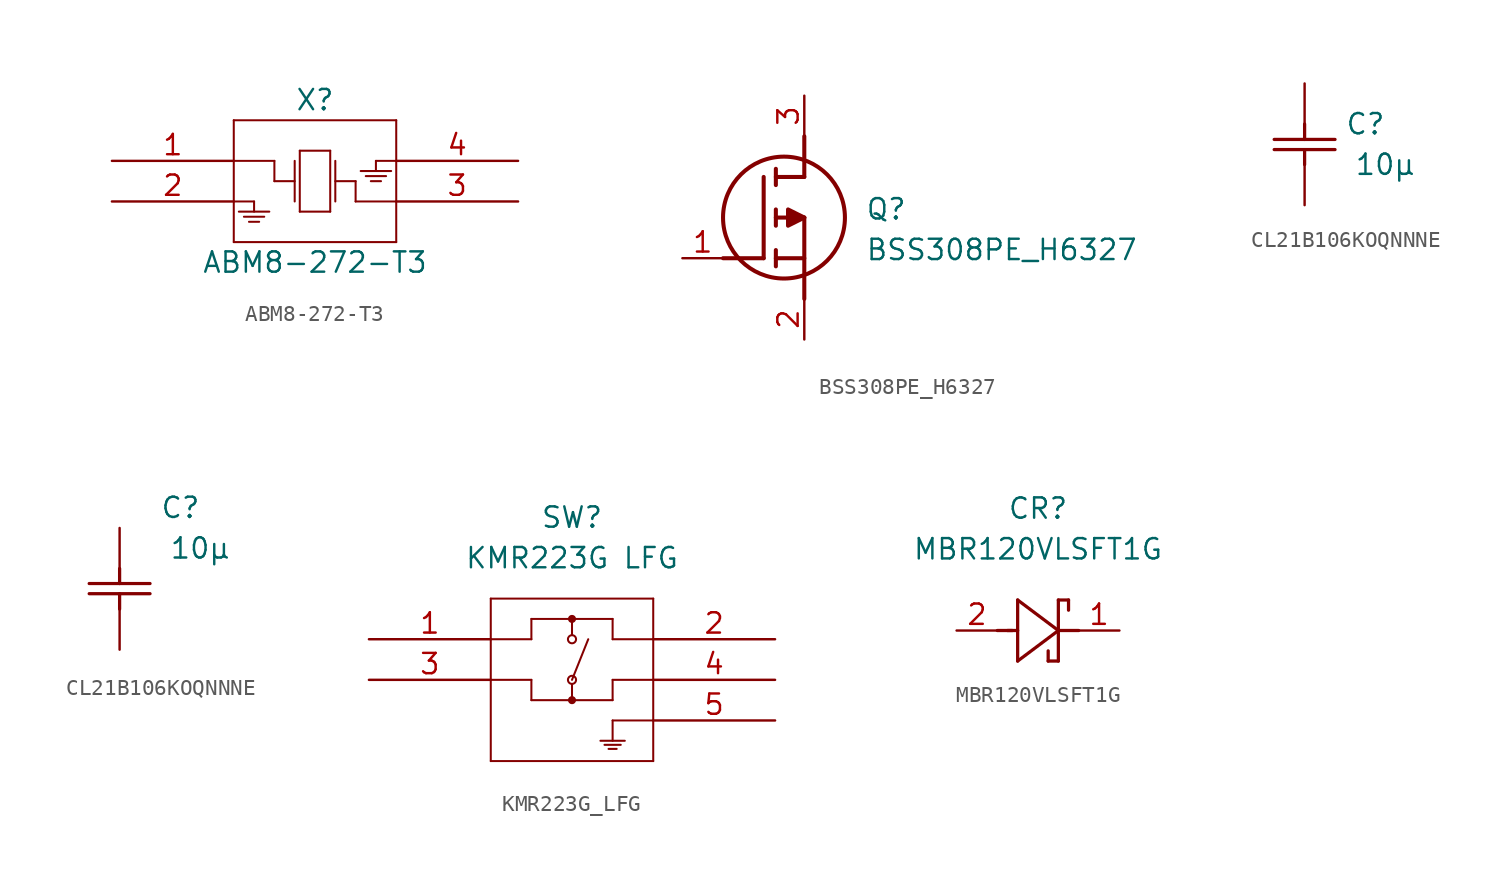
<source format=kicad_sym>
(kicad_symbol_lib
  (version 20220914)
  (generator kicad_symbol_editor)
  (symbol "ABM8-272-T3"
    (pin_names
      (offset 0.002) hide)
    (property "Reference" "X"
      (at 12.7 3.81 0)
      (effects (font (size 1.27 1.27))))
    (property "Value" "ABM8-272-T3"
      (at 12.7 -6.35 0)
      (effects (font (size 1.27 1.27))))
    (symbol "ABM8-272-T3_0_1"
      (polyline (pts (xy 7.62 -5.08) (xy 17.78 -5.08)) (stroke (width 0.127) (type default)) (fill (type none)))
      (polyline (pts (xy 7.62 -2.54) (xy 8.89 -2.54)) (stroke (width 0.127) (type default)) (fill (type none)))
      (polyline (pts (xy 7.62 2.54) (xy 7.62 -5.08)) (stroke (width 0.127) (type default)) (fill (type none)))
      (polyline (pts (xy 7.938 -3.175) (xy 9.842 -3.175)) (stroke (width 0.127) (type default)) (fill (type none)))
      (polyline (pts (xy 8.255 -3.493) (xy 9.525 -3.493)) (stroke (width 0.127) (type default)) (fill (type none)))
      (polyline (pts (xy 8.572 -3.81) (xy 9.207 -3.81)) (stroke (width 0.127) (type default)) (fill (type none)))
      (polyline (pts (xy 8.89 -2.54) (xy 8.89 -3.175)) (stroke (width 0.127) (type default)) (fill (type none)))
      (polyline (pts (xy 10.16 -1.27) (xy 10.16 0)) (stroke (width 0.127) (type default)) (fill (type none)))
      (polyline (pts (xy 10.16 0) (xy 7.62 0)) (stroke (width 0.127) (type default)) (fill (type none)))
      (polyline (pts (xy 11.43 -1.27) (xy 10.16 -1.27)) (stroke (width 0.127) (type default)) (fill (type none)))
      (polyline (pts (xy 11.43 0) (xy 11.43 -2.54)) (stroke (width 0.127) (type default)) (fill (type none)))
      (polyline (pts (xy 11.748 -3.175) (xy 13.652 -3.175)) (stroke (width 0.127) (type default)) (fill (type none)))
      (polyline (pts (xy 11.748 0.635) (xy 11.748 -3.175)) (stroke (width 0.127) (type default)) (fill (type none)))
      (polyline (pts (xy 13.652 -3.175) (xy 13.652 0.635)) (stroke (width 0.127) (type default)) (fill (type none)))
      (polyline (pts (xy 13.652 0.635) (xy 11.748 0.635)) (stroke (width 0.127) (type default)) (fill (type none)))
      (polyline (pts (xy 13.97 -1.27) (xy 15.24 -1.27)) (stroke (width 0.127) (type default)) (fill (type none)))
      (polyline (pts (xy 13.97 0) (xy 13.97 -2.54)) (stroke (width 0.127) (type default)) (fill (type none)))
      (polyline (pts (xy 15.24 -2.54) (xy 17.78 -2.54)) (stroke (width 0.127) (type default)) (fill (type none)))
      (polyline (pts (xy 15.24 -1.27) (xy 15.24 -2.54)) (stroke (width 0.127) (type default)) (fill (type none)))
      (polyline (pts (xy 16.51 0) (xy 16.51 -0.635)) (stroke (width 0.127) (type default)) (fill (type none)))
      (polyline (pts (xy 16.828 -1.27) (xy 16.192 -1.27)) (stroke (width 0.127) (type default)) (fill (type none)))
      (polyline (pts (xy 17.145 -0.953) (xy 15.875 -0.953)) (stroke (width 0.127) (type default)) (fill (type none)))
      (polyline (pts (xy 17.462 -0.635) (xy 15.557 -0.635)) (stroke (width 0.127) (type default)) (fill (type none)))
      (polyline (pts (xy 17.78 -5.08) (xy 17.78 2.54)) (stroke (width 0.127) (type default)) (fill (type none)))
      (polyline (pts (xy 17.78 0) (xy 16.51 0)) (stroke (width 0.127) (type default)) (fill (type none)))
      (polyline (pts (xy 17.78 2.54) (xy 7.62 2.54)) (stroke (width 0.127) (type default)) (fill (type none)))
      (pin unspecified line (at 0 0 0) (length 7.62) (name "1" (effects (font (size 1.27 1.27)))) (number "1" (effects (font (size 1.27 1.27)))))
      (pin unspecified line (at 0 -2.54 0) (length 7.62) (name "2" (effects (font (size 1.27 1.27)))) (number "2" (effects (font (size 1.27 1.27)))))
      (pin unspecified line (at 25.4 -2.54 180) (length 7.62) (name "3" (effects (font (size 1.27 1.27)))) (number "3" (effects (font (size 1.27 1.27)))))
      (pin unspecified line (at 25.4 0 180) (length 7.62) (name "4" (effects (font (size 1.27 1.27)))) (number "4" (effects (font (size 1.27 1.27)))))))
  (symbol "BSS308PE_H6327"
    (pin_names hide)
    (property "Reference" "Q"
      (at 11.43 3.81 0)
      (effects (font (size 1.27 1.27)) (justify left top)))
    (property "Value" "BSS308PE_H6327"
      (at 11.43 1.27 0)
      (effects (font (size 1.27 1.27)) (justify left top)))
    (symbol "BSS308PE_H6327_1_1"
      (polyline (pts (xy 2.54 0) (xy 5.08 0)) (stroke (width 0.254) (type default)) (fill (type none)))
      (polyline (pts (xy 5.08 5.08) (xy 5.08 0)) (stroke (width 0.254) (type default)) (fill (type none)))
      (polyline (pts (xy 5.842 -0.508) (xy 5.842 0.508)) (stroke (width 0.254) (type default)) (fill (type none)))
      (polyline (pts (xy 5.842 0) (xy 7.62 0)) (stroke (width 0.254) (type default)) (fill (type none)))
      (polyline (pts (xy 5.842 2.032) (xy 5.842 3.048)) (stroke (width 0.254) (type default)) (fill (type none)))
      (polyline (pts (xy 5.842 5.588) (xy 5.842 4.572)) (stroke (width 0.254) (type default)) (fill (type none)))
      (polyline (pts (xy 7.62 2.54) (xy 5.842 2.54)) (stroke (width 0.254) (type default)) (fill (type none)))
      (polyline (pts (xy 7.62 2.54) (xy 7.62 -2.54)) (stroke (width 0.254) (type default)) (fill (type none)))
      (polyline (pts (xy 7.62 5.08) (xy 5.842 5.08)) (stroke (width 0.254) (type default)) (fill (type none)))
      (polyline (pts (xy 7.62 5.08) (xy 7.62 7.62)) (stroke (width 0.254) (type default)) (fill (type none)))
      (polyline (pts (xy 7.62 2.54) (xy 6.604 3.048) (xy 6.604 2.032) (xy 7.62 2.54)) (stroke (width 0.254) (type default)) (fill (type outline)))
      (circle (center 6.35 2.54) (radius 3.81) (stroke (width 0.254) (type default)) (fill (type none)))
      (pin passive line (at 0 0 0) (length 2.54) (name "G" (effects (font (size 1.27 1.27)))) (number "1" (effects (font (size 1.27 1.27)))))
      (pin passive line (at 7.62 -5.08 90) (length 2.54) (name "S" (effects (font (size 1.27 1.27)))) (number "2" (effects (font (size 1.27 1.27)))))
      (pin passive line (at 7.62 10.16 270) (length 2.54) (name "D" (effects (font (size 1.27 1.27)))) (number "3" (effects (font (size 1.27 1.27)))))))
  (symbol "CL21B106KOQNNNE"
    (pin_numbers hide)
    (pin_names
      (offset 0) hide)
    (property "Reference" "C"
      (at 3.81 1.27 0)
      (effects (font (size 1.27 1.27))))
    (property "Value" "10µ"
      (at 5.08 -1.27 0)
      (effects (font (size 1.27 1.27))))
    (symbol "CL21B106KOQNNNE_1_1"
      (polyline (pts (xy 0 -1.27) (xy 0 -0.33)) (stroke (width 0.203) (type default)) (fill (type none)))
      (polyline (pts (xy 0 0.305) (xy 0 1.27)) (stroke (width 0.203) (type default)) (fill (type none)))
      (polyline (pts (xy 1.905 -0.33) (xy -1.905 -0.33)) (stroke (width 0.203) (type default)) (fill (type none)))
      (polyline (pts (xy 1.905 0.305) (xy -1.905 0.305)) (stroke (width 0.203) (type default)) (fill (type none)))
      (pin unspecified line (at 0 -3.81 90) (length 2.54) (name "" (effects (font (size 1.27 1.27)))) (number "1" (effects (font (size 1.27 1.27)))))
      (pin unspecified line (at 0 3.81 270) (length 2.54) (name "" (effects (font (size 1.27 1.27)))) (number "2" (effects (font (size 1.27 1.27))))))
    (symbol "CL21B106KOQNNNE_1_2"
      (polyline (pts (xy -1.905 -4.115) (xy 1.905 -4.115)) (stroke (width 0.203) (type default)) (fill (type none)))
      (polyline (pts (xy -1.905 -3.48) (xy 1.905 -3.48)) (stroke (width 0.203) (type default)) (fill (type none)))
      (polyline (pts (xy 0 -4.115) (xy 0 -5.08)) (stroke (width 0.203) (type default)) (fill (type none)))
      (polyline (pts (xy 0 -2.54) (xy 0 -3.48)) (stroke (width 0.203) (type default)) (fill (type none)))
      (pin unspecified line (at 0 0 270) (length 2.54) (name "" (effects (font (size 1.27 1.27)))) (number "1" (effects (font (size 1.27 1.27)))))
      (pin unspecified line (at 0 -7.62 90) (length 2.54) (name "" (effects (font (size 1.27 1.27)))) (number "2" (effects (font (size 1.27 1.27)))))))
  (symbol "KMR223G_LFG"
    (pin_names
      (offset 0.254) hide)
    (property "Reference" "SW"
      (at 12.7 7.62 0)
      (effects (font (size 1.27 1.27))))
    (property "Value" "KMR223G LFG"
      (at 12.7 5.08 0)
      (effects (font (size 1.27 1.27))))
    (symbol "KMR223G_LFG_0_1"
      (polyline (pts (xy 7.62 -7.62) (xy 17.78 -7.62)) (stroke (width 0.127) (type default)) (fill (type none)))
      (polyline (pts (xy 7.62 0) (xy 10.16 0)) (stroke (width 0.127) (type default)) (fill (type none)))
      (polyline (pts (xy 7.62 2.54) (xy 7.62 -7.62)) (stroke (width 0.127) (type default)) (fill (type none)))
      (polyline (pts (xy 10.16 -3.81) (xy 10.16 -2.54)) (stroke (width 0.127) (type default)) (fill (type none)))
      (polyline (pts (xy 10.16 -2.54) (xy 7.62 -2.54)) (stroke (width 0.127) (type default)) (fill (type none)))
      (polyline (pts (xy 10.16 0) (xy 10.16 1.27)) (stroke (width 0.127) (type default)) (fill (type none)))
      (polyline (pts (xy 10.16 1.27) (xy 15.24 1.27)) (stroke (width 0.127) (type default)) (fill (type none)))
      (polyline (pts (xy 12.7 -2.794) (xy 12.7 -3.81)) (stroke (width 0.127) (type default)) (fill (type none)))
      (polyline (pts (xy 12.7 1.27) (xy 12.7 0.254)) (stroke (width 0.127) (type default)) (fill (type none)))
      (polyline (pts (xy 13.716 0) (xy 12.7 -2.54)) (stroke (width 0.127) (type default)) (fill (type none)))
      (polyline (pts (xy 14.478 -6.35) (xy 16.002 -6.35)) (stroke (width 0.127) (type default)) (fill (type none)))
      (polyline (pts (xy 14.986 -6.858) (xy 15.494 -6.858)) (stroke (width 0.127) (type default)) (fill (type none)))
      (polyline (pts (xy 15.24 -5.08) (xy 15.24 -6.35)) (stroke (width 0.127) (type default)) (fill (type none)))
      (polyline (pts (xy 15.24 -3.81) (xy 10.16 -3.81)) (stroke (width 0.127) (type default)) (fill (type none)))
      (polyline (pts (xy 15.24 -2.54) (xy 15.24 -3.81)) (stroke (width 0.127) (type default)) (fill (type none)))
      (polyline (pts (xy 15.24 0) (xy 17.78 0)) (stroke (width 0.127) (type default)) (fill (type none)))
      (polyline (pts (xy 15.24 1.27) (xy 15.24 0)) (stroke (width 0.127) (type default)) (fill (type none)))
      (polyline (pts (xy 15.748 -6.604) (xy 14.732 -6.604)) (stroke (width 0.127) (type default)) (fill (type none)))
      (polyline (pts (xy 17.78 -7.62) (xy 17.78 2.54)) (stroke (width 0.127) (type default)) (fill (type none)))
      (polyline (pts (xy 17.78 -5.08) (xy 15.24 -5.08)) (stroke (width 0.127) (type default)) (fill (type none)))
      (polyline (pts (xy 17.78 -2.54) (xy 15.24 -2.54)) (stroke (width 0.127) (type default)) (fill (type none)))
      (polyline (pts (xy 17.78 2.54) (xy 7.62 2.54)) (stroke (width 0.127) (type default)) (fill (type none)))
      (circle (center 12.7 -3.81) (radius 0.127) (stroke (width 0.254) (type default)) (fill (type none)))
      (circle (center 12.7 -2.54) (radius 0.254) (stroke (width 0.127) (type default)) (fill (type none)))
      (circle (center 12.7 0) (radius 0.254) (stroke (width 0.127) (type default)) (fill (type none)))
      (circle (center 12.7 1.27) (radius 0.127) (stroke (width 0.254) (type default)) (fill (type none)))
      (pin unspecified line (at 0 0 0) (length 7.62) (name "1" (effects (font (size 1.27 1.27)))) (number "1" (effects (font (size 1.27 1.27)))))
      (pin unspecified line (at 25.4 0 180) (length 7.62) (name "2" (effects (font (size 1.27 1.27)))) (number "2" (effects (font (size 1.27 1.27)))))
      (pin unspecified line (at 0 -2.54 0) (length 7.62) (name "3" (effects (font (size 1.27 1.27)))) (number "3" (effects (font (size 1.27 1.27)))))
      (pin unspecified line (at 25.4 -2.54 180) (length 7.62) (name "4" (effects (font (size 1.27 1.27)))) (number "4" (effects (font (size 1.27 1.27)))))
      (pin unspecified line (at 25.4 -5.08 180) (length 7.62) (name "5" (effects (font (size 1.27 1.27)))) (number "5" (effects (font (size 1.27 1.27)))))))
  (symbol "MBR120VLSFT1G"
    (pin_names
      (offset 0.254))
    (property "Reference" "CR"
      (at 5.08 7.62 0)
      (effects (font (size 1.27 1.27))))
    (property "Value" "MBR120VLSFT1G"
      (at 5.08 5.08 0)
      (effects (font (size 1.27 1.27))))
    (symbol "MBR120VLSFT1G_0_1"
      (polyline (pts (xy 2.54 0) (xy 3.48 0)) (stroke (width 0.203) (type default)) (fill (type none)))
      (polyline (pts (xy 3.175 0) (xy 3.81 0)) (stroke (width 0.203) (type default)) (fill (type none)))
      (polyline (pts (xy 3.81 -1.905) (xy 6.35 0)) (stroke (width 0.203) (type default)) (fill (type none)))
      (polyline (pts (xy 3.81 1.905) (xy 3.81 -1.905)) (stroke (width 0.203) (type default)) (fill (type none)))
      (polyline (pts (xy 5.715 -1.905) (xy 5.715 -1.27)) (stroke (width 0.203) (type default)) (fill (type none)))
      (polyline (pts (xy 6.35 -1.905) (xy 5.715 -1.905)) (stroke (width 0.203) (type default)) (fill (type none)))
      (polyline (pts (xy 6.35 -1.905) (xy 6.35 1.905)) (stroke (width 0.203) (type default)) (fill (type none)))
      (polyline (pts (xy 6.35 0) (xy 3.81 1.905)) (stroke (width 0.203) (type default)) (fill (type none)))
      (polyline (pts (xy 6.35 0) (xy 7.62 0)) (stroke (width 0.203) (type default)) (fill (type none)))
      (polyline (pts (xy 6.35 1.905) (xy 6.985 1.905)) (stroke (width 0.203) (type default)) (fill (type none)))
      (polyline (pts (xy 6.985 1.905) (xy 6.985 1.27)) (stroke (width 0.203) (type default)) (fill (type none)))
      (pin unspecified line (at 10.16 0 180) (length 2.54) (name "" (effects (font (size 1.27 1.27)))) (number "1" (effects (font (size 1.27 1.27)))))
      (pin unspecified line (at 0 0 0) (length 2.54) (name "" (effects (font (size 1.27 1.27)))) (number "2" (effects (font (size 1.27 1.27))))))))
</source>
